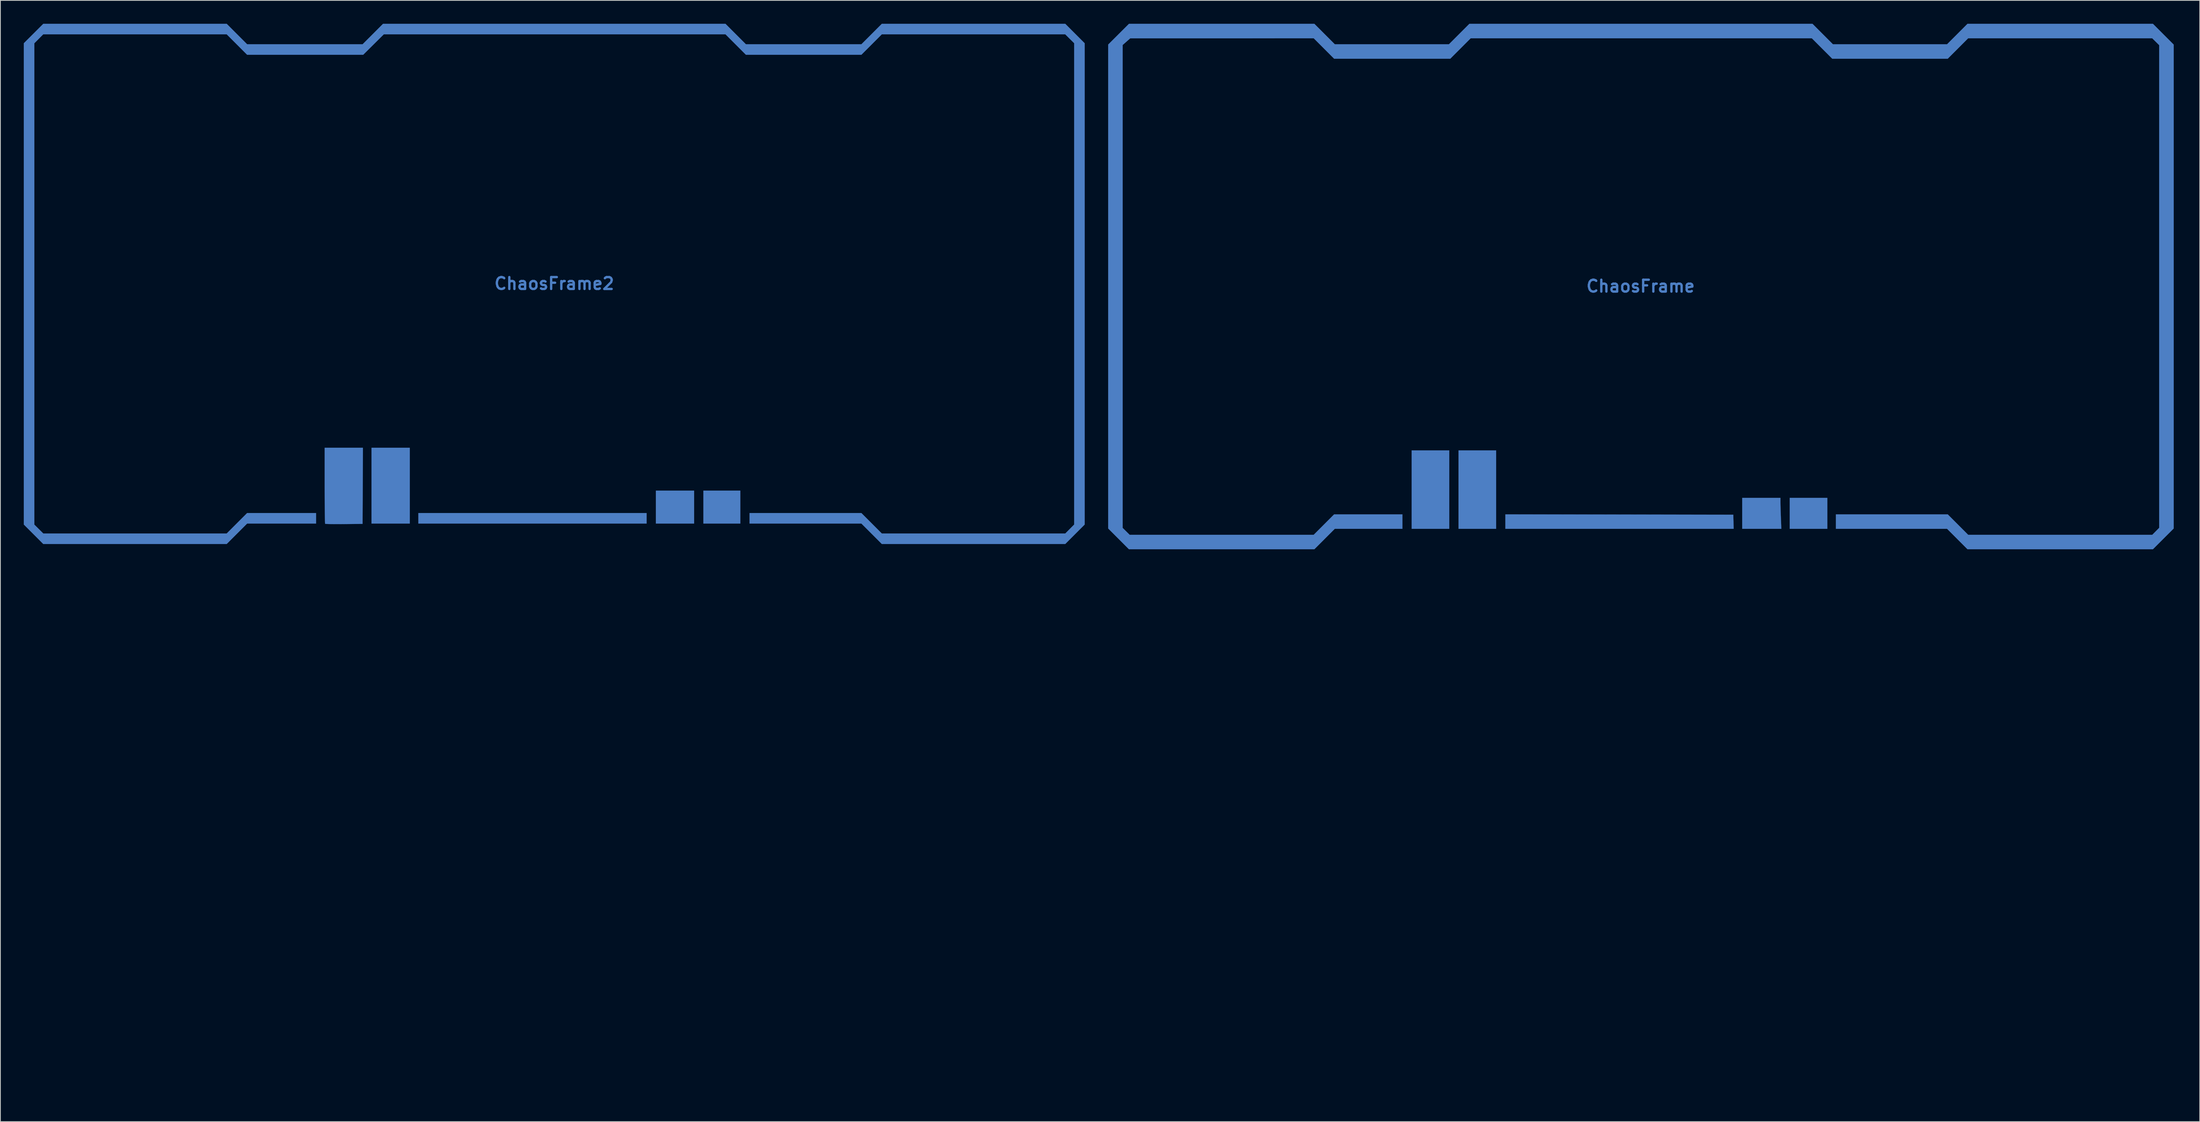
<source format=kicad_pcb>
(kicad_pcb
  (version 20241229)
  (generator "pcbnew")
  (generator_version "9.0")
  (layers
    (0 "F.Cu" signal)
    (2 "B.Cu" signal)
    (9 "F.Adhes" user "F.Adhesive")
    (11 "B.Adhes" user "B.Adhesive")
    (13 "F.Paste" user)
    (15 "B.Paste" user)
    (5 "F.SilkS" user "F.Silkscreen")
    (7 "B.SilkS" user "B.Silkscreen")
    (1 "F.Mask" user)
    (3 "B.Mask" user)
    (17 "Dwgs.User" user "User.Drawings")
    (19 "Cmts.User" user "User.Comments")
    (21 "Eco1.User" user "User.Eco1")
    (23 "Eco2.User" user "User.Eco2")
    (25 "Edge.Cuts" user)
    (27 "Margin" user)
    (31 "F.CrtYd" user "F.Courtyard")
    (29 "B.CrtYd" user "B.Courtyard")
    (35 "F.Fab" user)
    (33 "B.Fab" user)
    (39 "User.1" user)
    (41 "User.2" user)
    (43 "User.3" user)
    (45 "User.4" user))
  (footprint "ChaosFrameM"
    (layer "F.Cu")
    (at 207.824 104.192)
    (property "Reference" "ChaosFrameM" (at 0 0 0) (layer "B.Mask") (effects (font (size 1.524 1.524) (thickness 0.3))))
    (attr through_hole)
    (fp_poly (pts (xy -2.731 29.316) (xy 11.896 29.337) (xy 11.92 30.247) (xy 11.944 31.157) (xy -17.357 31.157) (xy -17.357 29.294) (xy -2.731 29.316)) (stroke (width 0.01) (type solid)) (fill yes) (layer "B.Mask"))
    (fp_poly (pts (xy -40.555 -32.385) (xy -39.245 -31.073) (xy -24.594 -31.073) (xy -23.283 -32.385) (xy -21.973 -33.697) (xy 22.058 -33.697) (xy 23.368 -32.385) (xy 24.678 -31.073) (xy 39.33 -31.073) (xy 40.64 -32.385) (xy 41.95 -33.697) (xy 65.746 -33.697) (xy 67.078 -32.363) (xy 68.411 -31.028) (xy 68.411 31.117) (xy 67.076 32.449) (xy 65.742 33.782) (xy 41.95 33.782) (xy 40.64 32.47) (xy 39.33 31.157) (xy 25.061 31.157) (xy 25.061 29.295) (xy 39.407 29.295) (xy 39.854 29.736) (xy 40.301 30.178) (xy 40.301 -30.093) (xy 39.854 -29.652) (xy 39.407 -29.21) (xy 24.594 -29.21) (xy 23.283 -30.522) (xy 21.973 -31.835) (xy -21.804 -31.835) (xy -23.114 -30.522) (xy -24.424 -29.21) (xy -39.322 -29.21) (xy -39.77 -29.652) (xy -40.217 -30.093) (xy -40.217 30.178) (xy -39.77 29.736) (xy -39.322 29.295) (xy -30.565 29.295) (xy -30.565 31.157) (xy -39.245 31.157) (xy -40.555 32.47) (xy -41.866 33.782) (xy -65.661 33.782) (xy -66.993 32.448) (xy -68.326 31.113) (xy -68.326 -31.032) (xy -66.992 -32.365) (xy -65.657 -33.697) (xy -41.866 -33.697) (xy -40.555 -32.385)) (stroke (width 0.01) (type solid)) (fill yes) (layer "B.Mask")))
  (footprint "ChaosFrame2"
    (layer "F.Cu")
    (at 68.077 33.364)
    (property "Reference" "ChaosFrame2" (at 0 0 0) (layer "B.Cu") (effects (font (size 1.524 1.524) (thickness 0.3))))
    (attr through_hole)
    (fp_poly (pts (xy -18.542 30.819) (xy -23.453 30.819) (xy -23.453 21.082) (xy -18.542 21.082) (xy -18.542 30.819)) (stroke (width 0.01) (type solid)) (fill yes) (layer "B.Cu"))
    (fp_poly (pts (xy 11.853 30.819) (xy -17.441 30.819) (xy -17.441 29.464) (xy 11.853 29.464) (xy 11.853 30.819)) (stroke (width 0.01) (type solid)) (fill yes) (layer "B.Cu"))
    (fp_poly (pts (xy 17.949 30.819) (xy 13.039 30.819) (xy 13.039 26.585) (xy 17.949 26.585) (xy 17.949 30.819)) (stroke (width 0.01) (type solid)) (fill yes) (layer "B.Cu"))
    (fp_poly (pts (xy 23.876 30.819) (xy 19.135 30.819) (xy 19.135 26.585) (xy 23.876 26.585) (xy 23.876 30.819)) (stroke (width 0.01) (type solid)) (fill yes) (layer "B.Cu"))
    (fp_poly (pts (xy -24.596 30.861) (xy -26.972 30.883) (xy -27.59 30.887) (xy -28.153 30.887) (xy -28.637 30.883) (xy -29.022 30.875) (xy -29.284 30.864) (xy -29.402 30.85) (xy -29.406 30.848) (xy -29.417 30.755) (xy -29.427 30.508) (xy -29.436 30.122) (xy -29.444 29.612) (xy -29.451 28.994) (xy -29.457 28.283) (xy -29.461 27.493) (xy -29.463 26.641) (xy -29.464 25.936) (xy -29.464 21.082) (xy -24.552 21.082) (xy -24.596 30.861)) (stroke (width 0.01) (type solid)) (fill yes) (layer "B.Cu"))
    (fp_poly (pts (xy -40.725 -32.046) (xy -39.414 -30.734) (xy -24.594 -30.734) (xy -23.283 -32.046) (xy -21.973 -33.359) (xy 21.973 -33.359) (xy 23.283 -32.046) (xy 24.594 -30.734) (xy 39.414 -30.734) (xy 40.725 -32.046) (xy 42.035 -33.359) (xy 65.576 -33.359) (xy 66.824 -32.109) (xy 68.072 -30.859) (xy 68.072 30.944) (xy 66.824 32.193) (xy 65.576 33.443) (xy 42.035 33.443) (xy 40.725 32.131) (xy 39.414 30.819) (xy 25.061 30.819) (xy 25.061 29.464) (xy 39.414 29.464) (xy 40.725 30.776) (xy 42.035 32.089) (xy 53.807 32.089) (xy 65.579 32.089) (xy 66.148 31.515) (xy 66.717 30.941) (xy 66.717 -30.866) (xy 65.57 -32.004) (xy 42.035 -32.004) (xy 40.725 -30.692) (xy 39.414 -29.379) (xy 24.594 -29.379) (xy 23.283 -30.692) (xy 21.973 -32.004) (xy -21.874 -32.004) (xy -23.196 -30.692) (xy -24.518 -29.379) (xy -39.414 -29.379) (xy -40.725 -30.692) (xy -42.035 -32.004) (xy -65.579 -32.004) (xy -66.148 -31.43) (xy -66.717 -30.857) (xy -66.717 30.95) (xy -66.144 31.519) (xy -65.57 32.089) (xy -42.035 32.089) (xy -40.725 30.776) (xy -39.414 29.464) (xy -30.565 29.464) (xy -30.565 30.819) (xy -39.414 30.819) (xy -40.725 32.131) (xy -42.035 33.443) (xy -65.576 33.443) (xy -66.824 32.193) (xy -68.072 30.944) (xy -68.072 -30.863) (xy -66.822 -32.111) (xy -65.572 -33.359) (xy -42.035 -33.359) (xy -40.725 -32.046)) (stroke (width 0.01) (type solid)) (fill yes) (layer "B.Cu")))
  (footprint "ChaosFrameM2"
    (layer "F.Cu")
    (at 68.246 104.107)
    (property "Reference" "ChaosFrameM2" (at 0 0 0) (layer "B.Mask") (effects (font (size 1.524 1.524) (thickness 0.3))))
    (attr through_hole)
    (fp_poly (pts (xy 11.853 30.988) (xy -17.448 30.988) (xy -17.423 30.205) (xy -17.399 29.422) (xy -2.773 29.4) (xy 11.853 29.379) (xy 11.853 30.988)) (stroke (width 0.01) (type solid)) (fill yes) (layer "B.Mask"))
    (fp_poly (pts (xy -39.412 -30.988) (xy -32.003 -30.988) (xy -24.594 -30.988) (xy -23.283 -32.3) (xy -21.973 -33.613) (xy 21.973 -33.613) (xy 23.283 -32.3) (xy 24.594 -30.988) (xy 32.003 -30.989) (xy 39.412 -30.99) (xy 40.668 -32.301) (xy 41.923 -33.613) (xy 65.678 -33.613) (xy 68.241 -30.99) (xy 68.241 30.947) (xy 66.964 32.28) (xy 65.687 33.613) (xy 41.928 33.613) (xy 40.681 32.3) (xy 39.434 30.988) (xy 25.061 30.988) (xy 25.061 29.379) (xy 39.323 29.379) (xy 39.812 29.864) (xy 40.301 30.348) (xy 40.301 -30.348) (xy 39.812 -29.864) (xy 39.323 -29.379) (xy 24.678 -29.379) (xy 23.368 -30.692) (xy 22.058 -32.004) (xy -21.888 -32.004) (xy -23.199 -30.692) (xy -24.509 -29.379) (xy -39.323 -29.379) (xy -40.301 -30.348) (xy -40.301 30.348) (xy -39.812 29.864) (xy -39.323 29.379) (xy -30.311 29.379) (xy -30.311 30.988) (xy -39.436 30.988) (xy -40.684 32.3) (xy -41.931 33.613) (xy -65.687 33.613) (xy -66.964 32.283) (xy -68.241 30.953) (xy -68.241 -30.999) (xy -66.958 -32.306) (xy -65.675 -33.613) (xy -41.923 -33.613) (xy -39.412 -30.988)) (stroke (width 0.01) (type solid)) (fill yes) (layer "B.Mask")))
  (footprint "ChaosFrame"
    (layer "B.Cu")
    (at 207.485 33.702)
    (property "Reference" "ChaosFrame" (at 0 0 0) (layer "B.Cu") (effects (font (size 1.524 1.524) (thickness 0.3))))
    (attr through_hole)
    (fp_poly (pts (xy -24.553 31.157) (xy -29.379 31.157) (xy -29.379 21.082) (xy -24.553 21.082) (xy -24.553 31.157)) (stroke (width 0.01) (type solid)) (fill yes) (layer "B.Cu"))
    (fp_poly (pts (xy -18.542 31.157) (xy -23.368 31.157) (xy -23.368 21.082) (xy -18.542 21.082) (xy -18.542 31.157)) (stroke (width 0.01) (type solid)) (fill yes) (layer "B.Cu"))
    (fp_poly (pts (xy 23.961 31.157) (xy 19.135 31.157) (xy 19.135 27.178) (xy 23.961 27.178) (xy 23.961 31.157)) (stroke (width 0.01) (type solid)) (fill yes) (layer "B.Cu"))
    (fp_poly (pts (xy -2.731 29.316) (xy 11.896 29.337) (xy 11.92 30.247) (xy 11.944 31.157) (xy -17.357 31.157) (xy -17.357 29.294) (xy -2.731 29.316)) (stroke (width 0.01) (type solid)) (fill yes) (layer "B.Cu"))
    (fp_poly (pts (xy 17.949 27.757) (xy 17.953 28.045) (xy 17.962 28.458) (xy 17.977 28.949) (xy 17.995 29.474) (xy 18.005 29.747) (xy 18.061 31.157) (xy 13.039 31.157) (xy 13.039 27.178) (xy 17.949 27.178) (xy 17.949 27.757)) (stroke (width 0.01) (type solid)) (fill yes) (layer "B.Cu"))
    (fp_poly (pts (xy -40.555 -32.385) (xy -39.245 -31.073) (xy -24.594 -31.073) (xy -23.283 -32.385) (xy -21.973 -33.697) (xy 22.058 -33.697) (xy 23.368 -32.385) (xy 24.678 -31.073) (xy 39.33 -31.073) (xy 40.64 -32.385) (xy 41.95 -33.697) (xy 65.746 -33.697) (xy 67.078 -32.363) (xy 68.411 -31.028) (xy 68.411 31.117) (xy 67.076 32.449) (xy 65.742 33.782) (xy 41.95 33.782) (xy 40.64 32.47) (xy 39.33 31.157) (xy 25.061 31.157) (xy 25.061 29.295) (xy 39.414 29.295) (xy 40.725 30.607) (xy 42.035 31.919) (xy 65.665 31.919) (xy 66.106 31.472) (xy 66.548 31.025) (xy 66.548 -30.951) (xy 66.101 -31.393) (xy 65.654 -31.835) (xy 42.035 -31.835) (xy 40.725 -30.522) (xy 39.414 -29.21) (xy 24.594 -29.21) (xy 23.283 -30.522) (xy 21.973 -31.835) (xy -21.804 -31.835) (xy -23.114 -30.522) (xy -24.424 -29.21) (xy -39.33 -29.21) (xy -40.64 -30.522) (xy -41.95 -31.835) (xy -53.72 -31.833) (xy -65.49 -31.832) (xy -65.977 -31.403) (xy -66.463 -30.974) (xy -66.463 31.036) (xy -66.016 31.478) (xy -65.569 31.919) (xy -41.95 31.919) (xy -40.64 30.607) (xy -39.33 29.295) (xy -30.565 29.295) (xy -30.565 31.157) (xy -39.245 31.157) (xy -40.555 32.47) (xy -41.866 33.782) (xy -65.661 33.782) (xy -66.993 32.448) (xy -68.326 31.113) (xy -68.326 -31.032) (xy -66.992 -32.365) (xy -65.657 -33.697) (xy -41.866 -33.697) (xy -40.555 -32.385)) (stroke (width 0.01) (type solid)) (fill yes) (layer "B.Cu")))
  (gr_rect
    (start -3 -3)
    (end 279.239 140.979)
    (stroke (width 0.1) (type default))
    (fill no)
    (layer "Edge.Cuts")))
</source>
